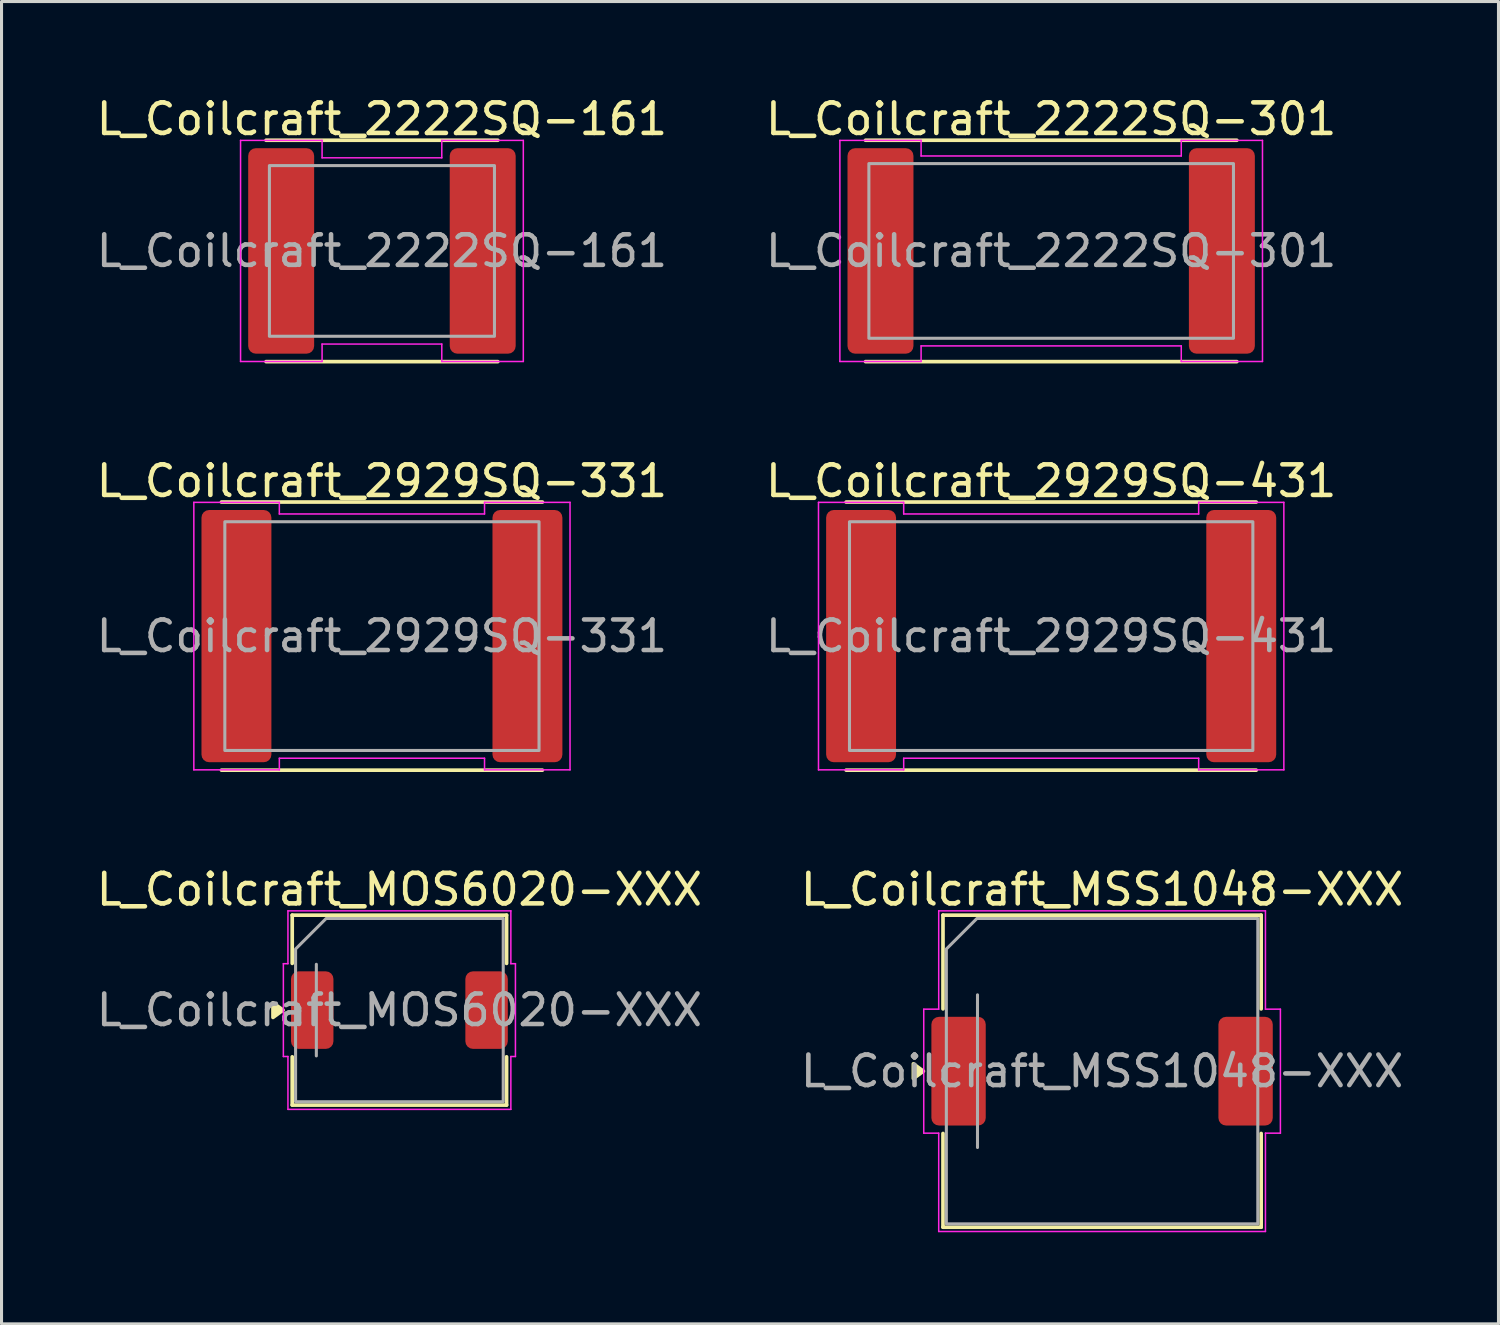
<source format=kicad_pcb>
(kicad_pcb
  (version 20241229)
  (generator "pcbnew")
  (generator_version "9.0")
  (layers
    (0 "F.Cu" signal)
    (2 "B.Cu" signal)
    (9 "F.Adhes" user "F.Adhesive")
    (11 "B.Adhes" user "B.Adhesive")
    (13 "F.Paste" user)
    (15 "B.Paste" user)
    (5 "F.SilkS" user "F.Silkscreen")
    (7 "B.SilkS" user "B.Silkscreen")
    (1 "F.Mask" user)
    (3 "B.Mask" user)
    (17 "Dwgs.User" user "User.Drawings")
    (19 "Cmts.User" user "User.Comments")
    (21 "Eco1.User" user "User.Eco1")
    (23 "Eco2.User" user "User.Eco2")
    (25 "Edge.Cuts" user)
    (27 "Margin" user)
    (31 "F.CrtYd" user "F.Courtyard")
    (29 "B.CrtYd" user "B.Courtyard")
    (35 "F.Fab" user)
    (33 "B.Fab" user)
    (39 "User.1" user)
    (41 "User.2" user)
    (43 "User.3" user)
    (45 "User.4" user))
  (footprint "L_Coilcraft_2929SQ-431"
    (layer "F.Cu")
    (at 31.375 17.782)
    (property "Reference" "L_Coilcraft_2929SQ-431" (at 0 -5.08 0) (layer "F.SilkS") (effects (font (size 1 1) (thickness 0.15))))
    (attr smd)
    (fp_line (start -6.715 -4.39) (end 6.715 -4.39) (stroke (width 0.12) (type solid)) (layer "F.SilkS"))
    (fp_line (start 6.715 4.39) (end -6.715 4.39) (stroke (width 0.12) (type solid)) (layer "F.SilkS"))
    (fp_line (start -7.62 -4.38) (end -4.83 -4.38) (stroke (width 0.05) (type solid)) (layer "F.CrtYd"))
    (fp_line (start -7.62 4.38) (end -7.62 -4.38) (stroke (width 0.05) (type solid)) (layer "F.CrtYd"))
    (fp_line (start -4.83 -4.38) (end -4.83 -4) (stroke (width 0.05) (type solid)) (layer "F.CrtYd"))
    (fp_line (start -4.83 -4) (end 4.83 -4) (stroke (width 0.05) (type solid)) (layer "F.CrtYd"))
    (fp_line (start -4.83 4) (end -4.83 4.38) (stroke (width 0.05) (type solid)) (layer "F.CrtYd"))
    (fp_line (start -4.83 4.38) (end -7.62 4.38) (stroke (width 0.05) (type solid)) (layer "F.CrtYd"))
    (fp_line (start 4.83 -4.38) (end 7.62 -4.38) (stroke (width 0.05) (type solid)) (layer "F.CrtYd"))
    (fp_line (start 4.83 -4) (end 4.83 -4.38) (stroke (width 0.05) (type solid)) (layer "F.CrtYd"))
    (fp_line (start 4.83 4) (end -4.83 4) (stroke (width 0.05) (type solid)) (layer "F.CrtYd"))
    (fp_line (start 4.83 4.38) (end 4.83 4) (stroke (width 0.05) (type solid)) (layer "F.CrtYd"))
    (fp_line (start 7.62 -4.38) (end 7.62 4.38) (stroke (width 0.05) (type solid)) (layer "F.CrtYd"))
    (fp_line (start 7.62 4.38) (end 4.83 4.38) (stroke (width 0.05) (type solid)) (layer "F.CrtYd"))
    (fp_rect (start -6.605 -3.745) (end 6.605 3.745) (stroke (width 0.1) (type solid)) (fill no) (layer "F.Fab"))
    (fp_text user "${REFERENCE}" (at 0 0 0) (layer "F.Fab") (effects (font (size 1 1) (thickness 0.15))))
    (pad "1" smd roundrect (at -6.225 0) (size 2.29 8.26) (layers "F.Cu" "F.Mask" "F.Paste") (roundrect_rratio 0.109))
    (pad "2" smd roundrect (at 6.225 0) (size 2.29 8.26) (layers "F.Cu" "F.Mask" "F.Paste") (roundrect_rratio 0.109)))
  (footprint "L_Coilcraft_MSS1048-XXX"
    (layer "F.Cu")
    (at 33.042 32.03)
    (property "Reference" "L_Coilcraft_MSS1048-XXX" (at 0 -5.95 0) (layer "F.SilkS") (effects (font (size 1 1) (thickness 0.15))))
    (attr smd)
    (fp_line (start -5.21 -5.11) (end 5.21 -5.11) (stroke (width 0.12) (type solid)) (layer "F.SilkS"))
    (fp_line (start -5.21 -2.04) (end -5.21 -5.11) (stroke (width 0.12) (type solid)) (layer "F.SilkS"))
    (fp_line (start -5.21 5.11) (end -5.21 2.04) (stroke (width 0.12) (type solid)) (layer "F.SilkS"))
    (fp_line (start 5.21 -5.11) (end 5.21 -2.04) (stroke (width 0.12) (type solid)) (layer "F.SilkS"))
    (fp_line (start 5.21 2.04) (end 5.21 5.11) (stroke (width 0.12) (type solid)) (layer "F.SilkS"))
    (fp_line (start 5.21 5.11) (end -5.21 5.11) (stroke (width 0.12) (type solid)) (layer "F.SilkS"))
    (fp_poly (pts (xy -5.85 0) (xy -6.18 0.24) (xy -6.18 -0.24)) (stroke (width 0.12) (type solid)) (fill yes) (layer "F.SilkS"))
    (fp_line (start -5.84 -2.03) (end -5.35 -2.03) (stroke (width 0.05) (type solid)) (layer "F.CrtYd"))
    (fp_line (start -5.84 2.03) (end -5.84 -2.03) (stroke (width 0.05) (type solid)) (layer "F.CrtYd"))
    (fp_line (start -5.35 -5.25) (end 5.35 -5.25) (stroke (width 0.05) (type solid)) (layer "F.CrtYd"))
    (fp_line (start -5.35 -2.03) (end -5.35 -5.25) (stroke (width 0.05) (type solid)) (layer "F.CrtYd"))
    (fp_line (start -5.35 2.03) (end -5.84 2.03) (stroke (width 0.05) (type solid)) (layer "F.CrtYd"))
    (fp_line (start -5.35 5.25) (end -5.35 2.03) (stroke (width 0.05) (type solid)) (layer "F.CrtYd"))
    (fp_line (start 5.35 -5.25) (end 5.35 -2.03) (stroke (width 0.05) (type solid)) (layer "F.CrtYd"))
    (fp_line (start 5.35 -2.03) (end 5.84 -2.03) (stroke (width 0.05) (type solid)) (layer "F.CrtYd"))
    (fp_line (start 5.35 2.03) (end 5.35 5.25) (stroke (width 0.05) (type solid)) (layer "F.CrtYd"))
    (fp_line (start 5.35 5.25) (end -5.35 5.25) (stroke (width 0.05) (type solid)) (layer "F.CrtYd"))
    (fp_line (start 5.84 -2.03) (end 5.84 2.03) (stroke (width 0.05) (type solid)) (layer "F.CrtYd"))
    (fp_line (start 5.84 2.03) (end 5.35 2.03) (stroke (width 0.05) (type solid)) (layer "F.CrtYd"))
    (fp_line (start -4.08 2.5) (end -4.08 -2.5) (stroke (width 0.1) (type solid)) (layer "F.Fab"))
    (fp_poly (pts (xy -5.1 -4) (xy -5.1 5) (xy 5.1 5) (xy 5.1 -5) (xy -4.1 -5)) (stroke (width 0.1) (type solid)) (fill no) (layer "F.Fab"))
    (fp_text user "${REFERENCE}" (at 0 0 0) (layer "F.Fab") (effects (font (size 1 1) (thickness 0.15))))
    (pad "1" smd roundrect (at -4.7 0) (size 1.78 3.56) (layers "F.Cu" "F.Mask" "F.Paste") (roundrect_rratio 0.14))
    (pad "2" smd roundrect (at 4.7 0) (size 1.78 3.56) (layers "F.Cu" "F.Mask" "F.Paste") (roundrect_rratio 0.14)))
  (footprint "L_Coilcraft_MOS6020-XXX"
    (layer "F.Cu")
    (at 10.03 30.03)
    (property "Reference" "L_Coilcraft_MOS6020-XXX" (at 0 -3.95 0) (layer "F.SilkS") (effects (font (size 1 1) (thickness 0.15))))
    (attr smd)
    (fp_line (start -3.51 -3.11) (end 3.51 -3.11) (stroke (width 0.12) (type solid)) (layer "F.SilkS"))
    (fp_line (start -3.51 -1.53) (end -3.51 -3.11) (stroke (width 0.12) (type solid)) (layer "F.SilkS"))
    (fp_line (start -3.51 3.11) (end -3.51 1.53) (stroke (width 0.12) (type solid)) (layer "F.SilkS"))
    (fp_line (start 3.51 -3.11) (end 3.51 -1.53) (stroke (width 0.12) (type solid)) (layer "F.SilkS"))
    (fp_line (start 3.51 1.53) (end 3.51 3.11) (stroke (width 0.12) (type solid)) (layer "F.SilkS"))
    (fp_line (start 3.51 3.11) (end -3.51 3.11) (stroke (width 0.12) (type solid)) (layer "F.SilkS"))
    (fp_poly (pts (xy -3.81 0) (xy -4.14 0.24) (xy -4.14 -0.24)) (stroke (width 0.12) (type solid)) (fill yes) (layer "F.SilkS"))
    (fp_line (start -3.8 -1.52) (end -3.65 -1.52) (stroke (width 0.05) (type solid)) (layer "F.CrtYd"))
    (fp_line (start -3.8 1.52) (end -3.8 -1.52) (stroke (width 0.05) (type solid)) (layer "F.CrtYd"))
    (fp_line (start -3.65 -3.25) (end 3.65 -3.25) (stroke (width 0.05) (type solid)) (layer "F.CrtYd"))
    (fp_line (start -3.65 -1.52) (end -3.65 -3.25) (stroke (width 0.05) (type solid)) (layer "F.CrtYd"))
    (fp_line (start -3.65 1.52) (end -3.8 1.52) (stroke (width 0.05) (type solid)) (layer "F.CrtYd"))
    (fp_line (start -3.65 3.25) (end -3.65 1.52) (stroke (width 0.05) (type solid)) (layer "F.CrtYd"))
    (fp_line (start 3.65 -3.25) (end 3.65 -1.52) (stroke (width 0.05) (type solid)) (layer "F.CrtYd"))
    (fp_line (start 3.65 -1.52) (end 3.8 -1.52) (stroke (width 0.05) (type solid)) (layer "F.CrtYd"))
    (fp_line (start 3.65 1.52) (end 3.65 3.25) (stroke (width 0.05) (type solid)) (layer "F.CrtYd"))
    (fp_line (start 3.65 3.25) (end -3.65 3.25) (stroke (width 0.05) (type solid)) (layer "F.CrtYd"))
    (fp_line (start 3.8 -1.52) (end 3.8 1.52) (stroke (width 0.05) (type solid)) (layer "F.CrtYd"))
    (fp_line (start 3.8 1.52) (end 3.65 1.52) (stroke (width 0.05) (type solid)) (layer "F.CrtYd"))
    (fp_line (start -2.72 1.5) (end -2.72 -1.5) (stroke (width 0.1) (type solid)) (layer "F.Fab"))
    (fp_poly (pts (xy -3.4 -2) (xy -3.4 3) (xy 3.4 3) (xy 3.4 -3) (xy -2.4 -3)) (stroke (width 0.1) (type solid)) (fill no) (layer "F.Fab"))
    (fp_text user "${REFERENCE}" (at 0 0 0) (layer "F.Fab") (effects (font (size 1 1) (thickness 0.15))))
    (pad "1" smd roundrect (at -2.855 0) (size 1.39 2.54) (layers "F.Cu" "F.Mask" "F.Paste") (roundrect_rratio 0.18))
    (pad "2" smd roundrect (at 2.855 0) (size 1.39 2.54) (layers "F.Cu" "F.Mask" "F.Paste") (roundrect_rratio 0.18)))
  (footprint "L_Coilcraft_2222SQ-301"
    (layer "F.Cu")
    (at 31.375 5.168)
    (property "Reference" "L_Coilcraft_2222SQ-301" (at 0 -4.32 0) (layer "F.SilkS") (effects (font (size 1 1) (thickness 0.15))))
    (attr smd)
    (fp_line (start -6.08 -3.625) (end 6.08 -3.625) (stroke (width 0.12) (type solid)) (layer "F.SilkS"))
    (fp_line (start 6.08 3.625) (end -6.08 3.625) (stroke (width 0.12) (type solid)) (layer "F.SilkS"))
    (fp_line (start -6.92 -3.62) (end -4.26 -3.62) (stroke (width 0.05) (type solid)) (layer "F.CrtYd"))
    (fp_line (start -6.92 3.62) (end -6.92 -3.62) (stroke (width 0.05) (type solid)) (layer "F.CrtYd"))
    (fp_line (start -4.26 -3.62) (end -4.26 -3.11) (stroke (width 0.05) (type solid)) (layer "F.CrtYd"))
    (fp_line (start -4.26 -3.11) (end 4.26 -3.11) (stroke (width 0.05) (type solid)) (layer "F.CrtYd"))
    (fp_line (start -4.26 3.11) (end -4.26 3.62) (stroke (width 0.05) (type solid)) (layer "F.CrtYd"))
    (fp_line (start -4.26 3.62) (end -6.92 3.62) (stroke (width 0.05) (type solid)) (layer "F.CrtYd"))
    (fp_line (start 4.26 -3.62) (end 6.92 -3.62) (stroke (width 0.05) (type solid)) (layer "F.CrtYd"))
    (fp_line (start 4.26 -3.11) (end 4.26 -3.62) (stroke (width 0.05) (type solid)) (layer "F.CrtYd"))
    (fp_line (start 4.26 3.11) (end -4.26 3.11) (stroke (width 0.05) (type solid)) (layer "F.CrtYd"))
    (fp_line (start 4.26 3.62) (end 4.26 3.11) (stroke (width 0.05) (type solid)) (layer "F.CrtYd"))
    (fp_line (start 6.92 -3.62) (end 6.92 3.62) (stroke (width 0.05) (type solid)) (layer "F.CrtYd"))
    (fp_line (start 6.92 3.62) (end 4.26 3.62) (stroke (width 0.05) (type solid)) (layer "F.CrtYd"))
    (fp_rect (start -5.97 -2.86) (end 5.97 2.86) (stroke (width 0.1) (type solid)) (fill no) (layer "F.Fab"))
    (fp_text user "${REFERENCE}" (at 0 0 0) (layer "F.Fab") (effects (font (size 1 1) (thickness 0.15))))
    (pad "1" smd roundrect (at -5.59 0) (size 2.16 6.73) (layers "F.Cu" "F.Mask" "F.Paste") (roundrect_rratio 0.116))
    (pad "2" smd roundrect (at 5.59 0) (size 2.16 6.73) (layers "F.Cu" "F.Mask" "F.Paste") (roundrect_rratio 0.116)))
  (footprint "L_Coilcraft_2222SQ-161"
    (layer "F.Cu")
    (at 9.458 5.168)
    (property "Reference" "L_Coilcraft_2222SQ-161" (at 0 -4.32 0) (layer "F.SilkS") (effects (font (size 1 1) (thickness 0.15))))
    (attr smd)
    (fp_line (start -3.795 -3.625) (end 3.795 -3.625) (stroke (width 0.12) (type solid)) (layer "F.SilkS"))
    (fp_line (start 3.795 3.625) (end -3.795 3.625) (stroke (width 0.12) (type solid)) (layer "F.SilkS"))
    (fp_line (start -4.63 -3.62) (end -1.96 -3.62) (stroke (width 0.05) (type solid)) (layer "F.CrtYd"))
    (fp_line (start -4.63 3.62) (end -4.63 -3.62) (stroke (width 0.05) (type solid)) (layer "F.CrtYd"))
    (fp_line (start -1.96 -3.62) (end -1.96 -3.05) (stroke (width 0.05) (type solid)) (layer "F.CrtYd"))
    (fp_line (start -1.96 -3.05) (end 1.96 -3.05) (stroke (width 0.05) (type solid)) (layer "F.CrtYd"))
    (fp_line (start -1.96 3.05) (end -1.96 3.62) (stroke (width 0.05) (type solid)) (layer "F.CrtYd"))
    (fp_line (start -1.96 3.62) (end -4.63 3.62) (stroke (width 0.05) (type solid)) (layer "F.CrtYd"))
    (fp_line (start 1.96 -3.62) (end 4.63 -3.62) (stroke (width 0.05) (type solid)) (layer "F.CrtYd"))
    (fp_line (start 1.96 -3.05) (end 1.96 -3.62) (stroke (width 0.05) (type solid)) (layer "F.CrtYd"))
    (fp_line (start 1.96 3.05) (end -1.96 3.05) (stroke (width 0.05) (type solid)) (layer "F.CrtYd"))
    (fp_line (start 1.96 3.62) (end 1.96 3.05) (stroke (width 0.05) (type solid)) (layer "F.CrtYd"))
    (fp_line (start 4.63 -3.62) (end 4.63 3.62) (stroke (width 0.05) (type solid)) (layer "F.CrtYd"))
    (fp_line (start 4.63 3.62) (end 1.96 3.62) (stroke (width 0.05) (type solid)) (layer "F.CrtYd"))
    (fp_rect (start -3.685 -2.795) (end 3.685 2.795) (stroke (width 0.1) (type solid)) (fill no) (layer "F.Fab"))
    (fp_text user "${REFERENCE}" (at 0 0 0) (layer "F.Fab") (effects (font (size 1 1) (thickness 0.15))))
    (pad "1" smd roundrect (at -3.3 0) (size 2.16 6.73) (layers "F.Cu" "F.Mask" "F.Paste") (roundrect_rratio 0.116))
    (pad "2" smd roundrect (at 3.3 0) (size 2.16 6.73) (layers "F.Cu" "F.Mask" "F.Paste") (roundrect_rratio 0.116)))
  (footprint "L_Coilcraft_2929SQ-331"
    (layer "F.Cu")
    (at 9.458 17.782)
    (property "Reference" "L_Coilcraft_2929SQ-331" (at 0 -5.08 0) (layer "F.SilkS") (effects (font (size 1 1) (thickness 0.15))))
    (attr smd)
    (fp_line (start -5.255 -4.39) (end 5.255 -4.39) (stroke (width 0.12) (type solid)) (layer "F.SilkS"))
    (fp_line (start 5.255 4.39) (end -5.255 4.39) (stroke (width 0.12) (type solid)) (layer "F.SilkS"))
    (fp_line (start -6.16 -4.38) (end -3.36 -4.38) (stroke (width 0.05) (type solid)) (layer "F.CrtYd"))
    (fp_line (start -6.16 4.38) (end -6.16 -4.38) (stroke (width 0.05) (type solid)) (layer "F.CrtYd"))
    (fp_line (start -3.36 -4.38) (end -3.36 -4) (stroke (width 0.05) (type solid)) (layer "F.CrtYd"))
    (fp_line (start -3.36 -4) (end 3.36 -4) (stroke (width 0.05) (type solid)) (layer "F.CrtYd"))
    (fp_line (start -3.36 4) (end -3.36 4.38) (stroke (width 0.05) (type solid)) (layer "F.CrtYd"))
    (fp_line (start -3.36 4.38) (end -6.16 4.38) (stroke (width 0.05) (type solid)) (layer "F.CrtYd"))
    (fp_line (start 3.36 -4.38) (end 6.16 -4.38) (stroke (width 0.05) (type solid)) (layer "F.CrtYd"))
    (fp_line (start 3.36 -4) (end 3.36 -4.38) (stroke (width 0.05) (type solid)) (layer "F.CrtYd"))
    (fp_line (start 3.36 4) (end -3.36 4) (stroke (width 0.05) (type solid)) (layer "F.CrtYd"))
    (fp_line (start 3.36 4.38) (end 3.36 4) (stroke (width 0.05) (type solid)) (layer "F.CrtYd"))
    (fp_line (start 6.16 -4.38) (end 6.16 4.38) (stroke (width 0.05) (type solid)) (layer "F.CrtYd"))
    (fp_line (start 6.16 4.38) (end 3.36 4.38) (stroke (width 0.05) (type solid)) (layer "F.CrtYd"))
    (fp_rect (start -5.145 -3.745) (end 5.145 3.745) (stroke (width 0.1) (type solid)) (fill no) (layer "F.Fab"))
    (fp_text user "${REFERENCE}" (at 0 0 0) (layer "F.Fab") (effects (font (size 1 1) (thickness 0.15))))
    (pad "1" smd roundrect (at -4.765 0) (size 2.29 8.26) (layers "F.Cu" "F.Mask" "F.Paste") (roundrect_rratio 0.109))
    (pad "2" smd roundrect (at 4.765 0) (size 2.29 8.26) (layers "F.Cu" "F.Mask" "F.Paste") (roundrect_rratio 0.109)))
  (gr_rect
    (start -3 -3)
    (end 46.024 40.305)
    (stroke (width 0.1) (type default))
    (fill no)
    (layer "Edge.Cuts")))
</source>
